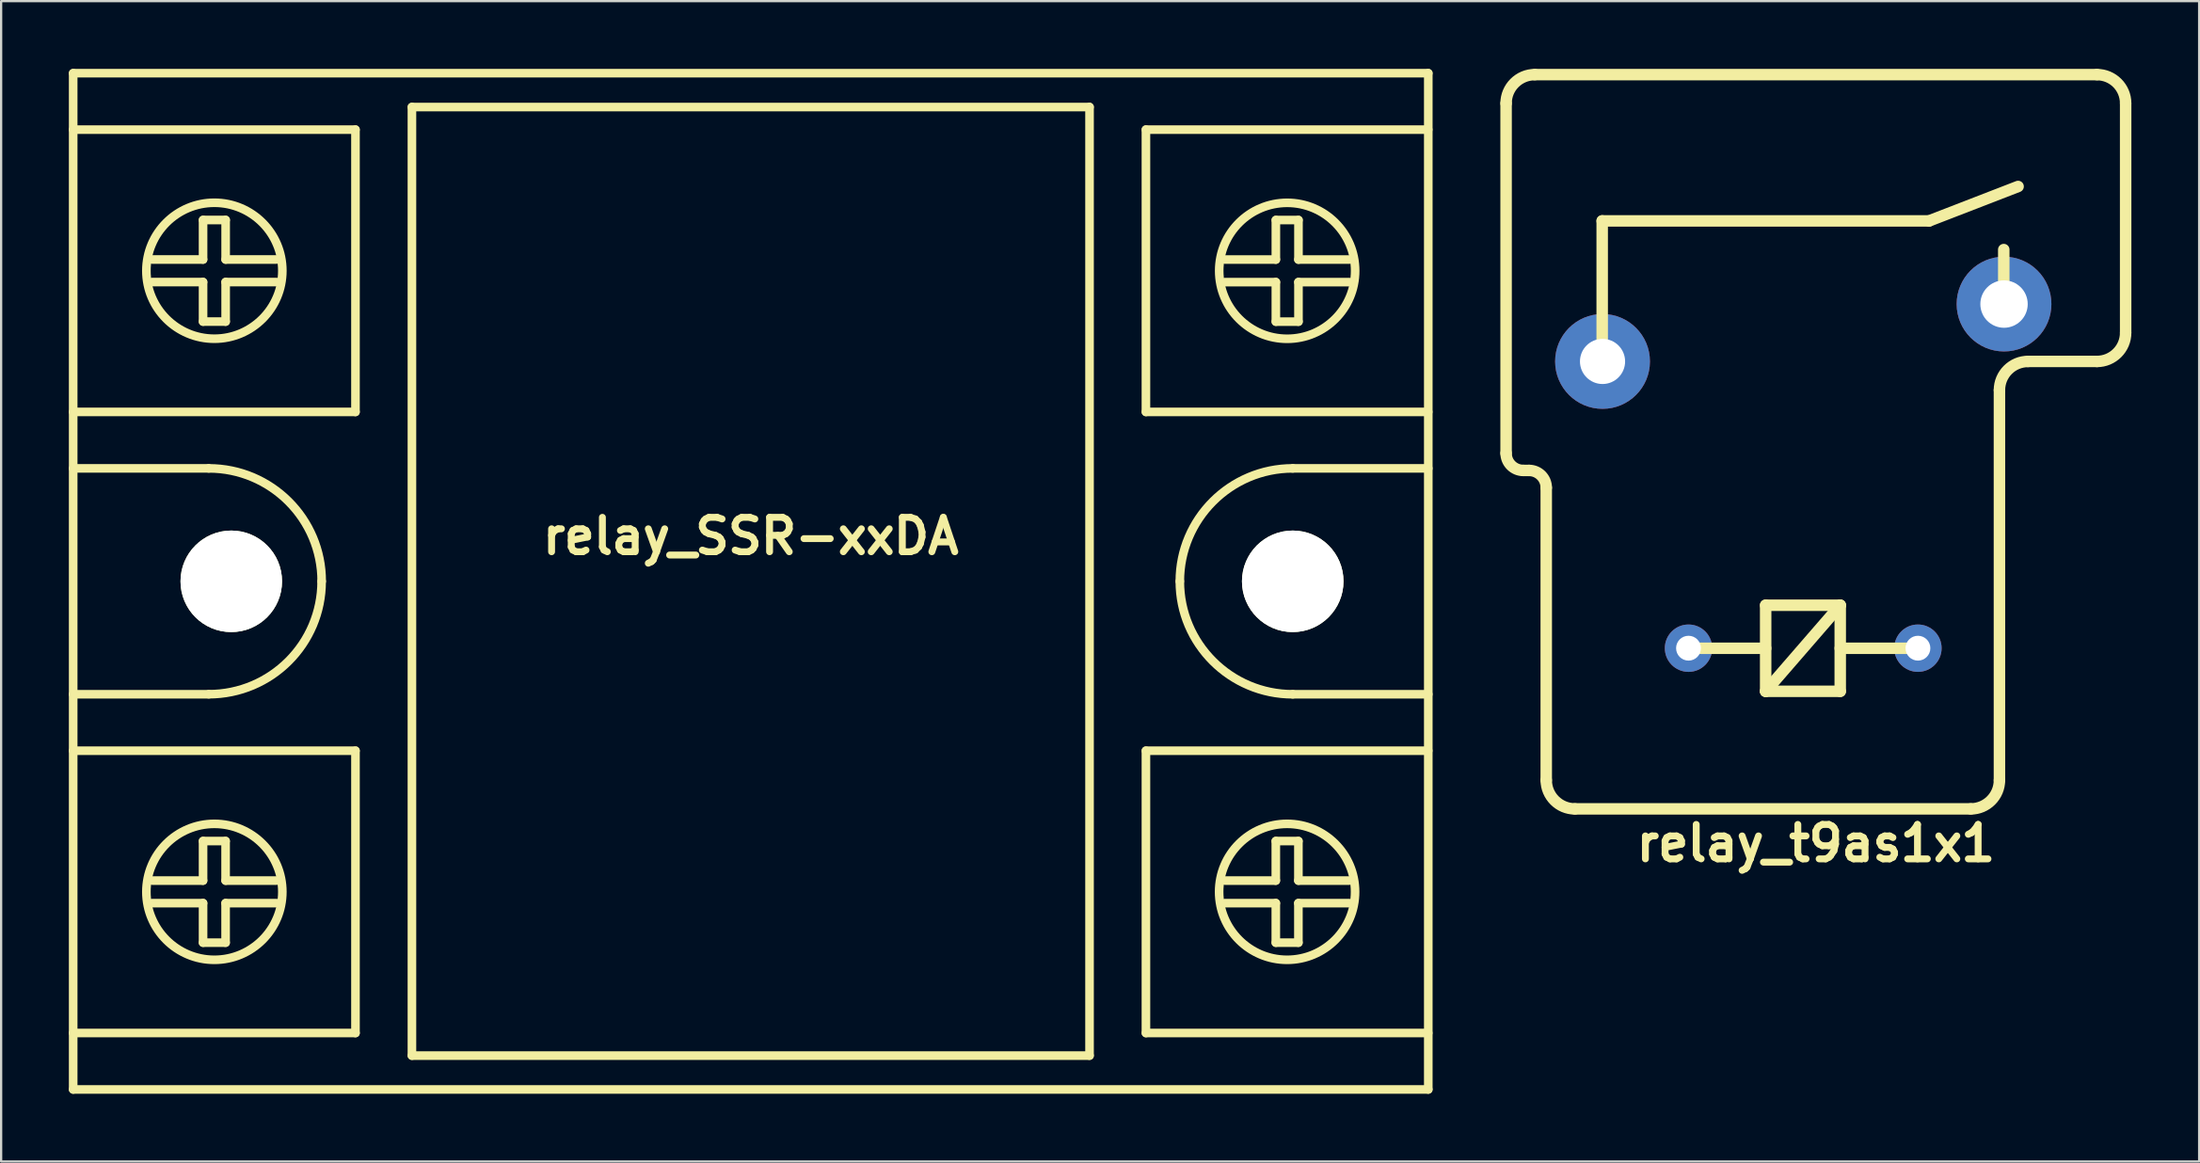
<source format=kicad_pcb>
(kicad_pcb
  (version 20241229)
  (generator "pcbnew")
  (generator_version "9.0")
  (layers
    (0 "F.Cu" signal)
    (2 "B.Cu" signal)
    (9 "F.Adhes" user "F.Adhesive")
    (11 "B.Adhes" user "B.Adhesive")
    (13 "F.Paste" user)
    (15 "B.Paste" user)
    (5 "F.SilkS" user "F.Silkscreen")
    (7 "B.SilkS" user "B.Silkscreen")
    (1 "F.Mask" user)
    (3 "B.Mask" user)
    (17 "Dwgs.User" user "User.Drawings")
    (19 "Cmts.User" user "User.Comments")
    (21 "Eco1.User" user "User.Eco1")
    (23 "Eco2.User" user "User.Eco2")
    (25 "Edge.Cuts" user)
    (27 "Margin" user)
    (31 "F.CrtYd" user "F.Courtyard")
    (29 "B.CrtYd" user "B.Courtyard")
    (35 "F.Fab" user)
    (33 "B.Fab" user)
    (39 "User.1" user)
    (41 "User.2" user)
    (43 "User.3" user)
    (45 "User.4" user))
  (footprint "relay_SSR-xxDA"
    (layer "F.Cu")
    (at 30.19 22.69)
    (property "Reference" "relay_SSR-xxDA" (at 0 -1.999 0) (layer "F.SilkS") (effects (font (size 1.524 1.524) (thickness 0.305))))
    (attr through_hole)
    (fp_line (start -30 -22.499) (end 30 -22.499) (stroke (width 0.381) (type solid)) (layer "F.SilkS"))
    (fp_line (start -30 -7.501) (end -17.501 -7.501) (stroke (width 0.381) (type solid)) (layer "F.SilkS"))
    (fp_line (start -30 20) (end -17.501 20) (stroke (width 0.381) (type solid)) (layer "F.SilkS"))
    (fp_line (start -30 22.499) (end -30 -22.499) (stroke (width 0.381) (type solid)) (layer "F.SilkS"))
    (fp_line (start -26.5 -14.249) (end -24.249 -14.249) (stroke (width 0.381) (type solid)) (layer "F.SilkS"))
    (fp_line (start -26.5 13.251) (end -24.249 13.251) (stroke (width 0.381) (type solid)) (layer "F.SilkS"))
    (fp_line (start -24.249 -15.999) (end -24.249 -14.249) (stroke (width 0.381) (type solid)) (layer "F.SilkS"))
    (fp_line (start -24.249 -15.999) (end -23.249 -15.999) (stroke (width 0.381) (type solid)) (layer "F.SilkS"))
    (fp_line (start -24.249 -13.251) (end -26.5 -13.251) (stroke (width 0.381) (type solid)) (layer "F.SilkS"))
    (fp_line (start -24.249 -11.501) (end -24.249 -13.251) (stroke (width 0.381) (type solid)) (layer "F.SilkS"))
    (fp_line (start -24.249 -11.501) (end -23.249 -11.501) (stroke (width 0.381) (type solid)) (layer "F.SilkS"))
    (fp_line (start -24.249 11.501) (end -23.251 11.501) (stroke (width 0.381) (type solid)) (layer "F.SilkS"))
    (fp_line (start -24.249 13.251) (end -24.249 11.501) (stroke (width 0.381) (type solid)) (layer "F.SilkS"))
    (fp_line (start -24.249 14.249) (end -26.5 14.249) (stroke (width 0.381) (type solid)) (layer "F.SilkS"))
    (fp_line (start -24.249 15.999) (end -24.249 14.249) (stroke (width 0.381) (type solid)) (layer "F.SilkS"))
    (fp_line (start -24 -5.001) (end -30 -5.001) (stroke (width 0.381) (type solid)) (layer "F.SilkS"))
    (fp_line (start -24 5.001) (end -30 5.001) (stroke (width 0.381) (type solid)) (layer "F.SilkS"))
    (fp_line (start -23.251 -14.249) (end -21.001 -14.249) (stroke (width 0.381) (type solid)) (layer "F.SilkS"))
    (fp_line (start -23.251 13.251) (end -23.251 11.501) (stroke (width 0.381) (type solid)) (layer "F.SilkS"))
    (fp_line (start -23.251 13.251) (end -21.001 13.251) (stroke (width 0.381) (type solid)) (layer "F.SilkS"))
    (fp_line (start -23.251 15.999) (end -24.249 15.999) (stroke (width 0.381) (type solid)) (layer "F.SilkS"))
    (fp_line (start -23.251 15.999) (end -23.251 14.249) (stroke (width 0.381) (type solid)) (layer "F.SilkS"))
    (fp_line (start -23.249 -15.999) (end -23.249 -14.249) (stroke (width 0.381) (type solid)) (layer "F.SilkS"))
    (fp_line (start -23.249 -11.501) (end -23.249 -13.251) (stroke (width 0.381) (type solid)) (layer "F.SilkS"))
    (fp_line (start -21.001 -13.251) (end -23.251 -13.251) (stroke (width 0.381) (type solid)) (layer "F.SilkS"))
    (fp_line (start -21.001 14.249) (end -23.251 14.249) (stroke (width 0.381) (type solid)) (layer "F.SilkS"))
    (fp_line (start -17.501 -20) (end -30 -20) (stroke (width 0.381) (type solid)) (layer "F.SilkS"))
    (fp_line (start -17.501 -7.501) (end -17.501 -20) (stroke (width 0.381) (type solid)) (layer "F.SilkS"))
    (fp_line (start -17.501 7.501) (end -30 7.501) (stroke (width 0.381) (type solid)) (layer "F.SilkS"))
    (fp_line (start -17.501 20) (end -17.501 7.501) (stroke (width 0.381) (type solid)) (layer "F.SilkS"))
    (fp_line (start -15.001 -21.001) (end 15.001 -21.001) (stroke (width 0.381) (type solid)) (layer "F.SilkS"))
    (fp_line (start -15.001 21.001) (end -15.001 -21.001) (stroke (width 0.381) (type solid)) (layer "F.SilkS"))
    (fp_line (start 15.001 -21.001) (end 15.001 21.001) (stroke (width 0.381) (type solid)) (layer "F.SilkS"))
    (fp_line (start 15.001 21.001) (end -15.001 21.001) (stroke (width 0.381) (type solid)) (layer "F.SilkS"))
    (fp_line (start 17.498 -7.501) (end 17.498 -20) (stroke (width 0.381) (type solid)) (layer "F.SilkS"))
    (fp_line (start 17.498 -7.501) (end 29.997 -7.501) (stroke (width 0.381) (type solid)) (layer "F.SilkS"))
    (fp_line (start 17.498 20) (end 17.498 7.501) (stroke (width 0.381) (type solid)) (layer "F.SilkS"))
    (fp_line (start 17.498 20) (end 29.997 20) (stroke (width 0.381) (type solid)) (layer "F.SilkS"))
    (fp_line (start 20.998 13.251) (end 23.249 13.251) (stroke (width 0.381) (type solid)) (layer "F.SilkS"))
    (fp_line (start 21.001 -14.247) (end 23.251 -14.247) (stroke (width 0.381) (type solid)) (layer "F.SilkS"))
    (fp_line (start 23.249 11.501) (end 23.249 13.251) (stroke (width 0.381) (type solid)) (layer "F.SilkS"))
    (fp_line (start 23.249 11.501) (end 24.249 11.501) (stroke (width 0.381) (type solid)) (layer "F.SilkS"))
    (fp_line (start 23.249 14.249) (end 20.998 14.249) (stroke (width 0.381) (type solid)) (layer "F.SilkS"))
    (fp_line (start 23.249 15.999) (end 23.249 14.249) (stroke (width 0.381) (type solid)) (layer "F.SilkS"))
    (fp_line (start 23.249 15.999) (end 24.249 15.999) (stroke (width 0.381) (type solid)) (layer "F.SilkS"))
    (fp_line (start 23.251 -15.997) (end 23.251 -14.247) (stroke (width 0.381) (type solid)) (layer "F.SilkS"))
    (fp_line (start 23.251 -15.997) (end 24.252 -15.997) (stroke (width 0.381) (type solid)) (layer "F.SilkS"))
    (fp_line (start 23.251 -13.249) (end 21.001 -13.249) (stroke (width 0.381) (type solid)) (layer "F.SilkS"))
    (fp_line (start 23.251 -11.499) (end 23.251 -13.249) (stroke (width 0.381) (type solid)) (layer "F.SilkS"))
    (fp_line (start 23.251 -11.499) (end 24.252 -11.499) (stroke (width 0.381) (type solid)) (layer "F.SilkS"))
    (fp_line (start 24 -5.001) (end 30 -5.001) (stroke (width 0.381) (type solid)) (layer "F.SilkS"))
    (fp_line (start 24 5.001) (end 30 5.001) (stroke (width 0.381) (type solid)) (layer "F.SilkS"))
    (fp_line (start 24.247 13.251) (end 26.497 13.251) (stroke (width 0.381) (type solid)) (layer "F.SilkS"))
    (fp_line (start 24.249 -14.247) (end 26.5 -14.247) (stroke (width 0.381) (type solid)) (layer "F.SilkS"))
    (fp_line (start 24.249 11.501) (end 24.249 13.251) (stroke (width 0.381) (type solid)) (layer "F.SilkS"))
    (fp_line (start 24.249 15.999) (end 24.249 14.249) (stroke (width 0.381) (type solid)) (layer "F.SilkS"))
    (fp_line (start 24.252 -15.997) (end 24.252 -14.247) (stroke (width 0.381) (type solid)) (layer "F.SilkS"))
    (fp_line (start 24.252 -11.499) (end 24.252 -13.249) (stroke (width 0.381) (type solid)) (layer "F.SilkS"))
    (fp_line (start 26.497 14.249) (end 24.247 14.249) (stroke (width 0.381) (type solid)) (layer "F.SilkS"))
    (fp_line (start 26.5 -13.249) (end 24.249 -13.249) (stroke (width 0.381) (type solid)) (layer "F.SilkS"))
    (fp_line (start 29.997 -20) (end 17.498 -20) (stroke (width 0.381) (type solid)) (layer "F.SilkS"))
    (fp_line (start 29.997 7.501) (end 17.498 7.501) (stroke (width 0.381) (type solid)) (layer "F.SilkS"))
    (fp_line (start 30 -22.499) (end 30 22.499) (stroke (width 0.381) (type solid)) (layer "F.SilkS"))
    (fp_line (start 30 22.499) (end -30 22.499) (stroke (width 0.381) (type solid)) (layer "F.SilkS"))
    (fp_arc (start -23.99792 -5.00126) (mid -20.461495 -3.536425) (end -18.99666 0) (stroke (width 0.381) (type solid)) (layer "F.SilkS"))
    (fp_arc (start -18.9992 0) (mid -20.463291 3.534629) (end -23.99792 4.99872) (stroke (width 0.381) (type solid)) (layer "F.SilkS"))
    (fp_arc (start 18.9992 0) (mid 20.464035 -3.536425) (end 24.00046 -5.00126) (stroke (width 0.381) (type solid)) (layer "F.SilkS"))
    (fp_arc (start 24.00046 5.00126) (mid 20.464035 3.536425) (end 18.9992 0) (stroke (width 0.381) (type solid)) (layer "F.SilkS"))
    (fp_circle (center -23.749 -13.752) (end -26.749 -13.503) (stroke (width 0.381) (type solid)) (fill no) (layer "F.SilkS"))
    (fp_circle (center -23.749 13.749) (end -26.749 13.998) (stroke (width 0.381) (type solid)) (fill no) (layer "F.SilkS"))
    (fp_circle (center 23.749 13.749) (end 20.749 13.998) (stroke (width 0.381) (type solid)) (fill no) (layer "F.SilkS"))
    (fp_circle (center 23.752 -13.749) (end 20.752 -13.5) (stroke (width 0.381) (type solid)) (fill no) (layer "F.SilkS"))
    (pad "" np_thru_hole circle (at -23 0) (size 4.496 4.496) (drill 4.496) (layers "*.Cu" "*.Mask" "F.SilkS"))
    (pad "" np_thru_hole circle (at 23.998 0) (size 4.496 4.496) (drill 4.496) (layers "*.Cu" "*.Mask" "F.SilkS")))
  (footprint "relay_t9as1x1"
    (layer "F.Cu")
    (at 77.351 16.51)
    (property "Reference" "relay_t9as1x1" (at 0 17.78 0) (layer "F.SilkS") (effects (font (size 1.524 1.524) (thickness 0.305))))
    (attr through_hole)
    (fp_line (start -13.716 -14.986) (end -13.716 0.508) (stroke (width 0.508) (type solid)) (layer "F.SilkS"))
    (fp_line (start -12.954 1.27) (end -12.7 1.27) (stroke (width 0.508) (type solid)) (layer "F.SilkS"))
    (fp_line (start -11.938 2.032) (end -11.938 14.986) (stroke (width 0.508) (type solid)) (layer "F.SilkS"))
    (fp_line (start -10.668 16.256) (end 6.858 16.256) (stroke (width 0.508) (type solid)) (layer "F.SilkS"))
    (fp_line (start -9.461 -9.779) (end -9.461 -3.556) (stroke (width 0.508) (type solid)) (layer "F.SilkS"))
    (fp_line (start -9.461 -3.556) (end -9.461 -3.619) (stroke (width 0.508) (type solid)) (layer "F.SilkS"))
    (fp_line (start -2.223 7.239) (end 1.079 7.239) (stroke (width 0.508) (type solid)) (layer "F.SilkS"))
    (fp_line (start -2.223 9.144) (end -5.715 9.144) (stroke (width 0.508) (type solid)) (layer "F.SilkS"))
    (fp_line (start -2.223 11.049) (end -2.223 7.239) (stroke (width 0.508) (type solid)) (layer "F.SilkS"))
    (fp_line (start -2.223 11.049) (end 1.079 7.239) (stroke (width 0.508) (type solid)) (layer "F.SilkS"))
    (fp_line (start 1.079 7.239) (end 1.079 11.049) (stroke (width 0.508) (type solid)) (layer "F.SilkS"))
    (fp_line (start 1.079 11.049) (end -2.223 11.049) (stroke (width 0.508) (type solid)) (layer "F.SilkS"))
    (fp_line (start 4.572 9.144) (end 1.079 9.144) (stroke (width 0.508) (type solid)) (layer "F.SilkS"))
    (fp_line (start 5.016 -9.779) (end -9.461 -9.779) (stroke (width 0.508) (type solid)) (layer "F.SilkS"))
    (fp_line (start 5.016 -9.779) (end 8.954 -11.303) (stroke (width 0.508) (type solid)) (layer "F.SilkS"))
    (fp_line (start 8.128 14.986) (end 8.128 -2.286) (stroke (width 0.508) (type solid)) (layer "F.SilkS"))
    (fp_line (start 8.319 -6.096) (end 8.319 -8.509) (stroke (width 0.508) (type solid)) (layer "F.SilkS"))
    (fp_line (start 9.398 -3.556) (end 12.446 -3.556) (stroke (width 0.508) (type solid)) (layer "F.SilkS"))
    (fp_line (start 12.446 -16.256) (end -12.446 -16.256) (stroke (width 0.508) (type solid)) (layer "F.SilkS"))
    (fp_line (start 13.716 -4.826) (end 13.716 -14.986) (stroke (width 0.508) (type solid)) (layer "F.SilkS"))
    (fp_arc (start -13.716 -14.986) (mid -13.344026 -15.884026) (end -12.446 -16.256) (stroke (width 0.508) (type solid)) (layer "F.SilkS"))
    (fp_arc (start -12.954 1.27) (mid -13.492815 1.046815) (end -13.716 0.508) (stroke (width 0.508) (type solid)) (layer "F.SilkS"))
    (fp_arc (start -12.7 1.27) (mid -12.161185 1.493185) (end -11.938 2.032) (stroke (width 0.508) (type solid)) (layer "F.SilkS"))
    (fp_arc (start -10.668 16.256) (mid -11.566026 15.884026) (end -11.938 14.986) (stroke (width 0.508) (type solid)) (layer "F.SilkS"))
    (fp_arc (start 8.128 -2.286) (mid 8.499974 -3.184026) (end 9.398 -3.556) (stroke (width 0.508) (type solid)) (layer "F.SilkS"))
    (fp_arc (start 8.128 14.986) (mid 7.756026 15.884026) (end 6.858 16.256) (stroke (width 0.508) (type solid)) (layer "F.SilkS"))
    (fp_arc (start 12.446 -16.256) (mid 13.344026 -15.884026) (end 13.716 -14.986) (stroke (width 0.508) (type solid)) (layer "F.SilkS"))
    (fp_arc (start 13.716 -4.826) (mid 13.344026 -3.927974) (end 12.446 -3.556) (stroke (width 0.508) (type solid)) (layer "F.SilkS"))
    (pad "1" thru_hole circle (at -5.639 9.141) (size 2.098 2.098) (drill 1.1) (layers "*.Cu" "*.Mask"))
    (pad "2" thru_hole circle (at 4.519 9.141) (size 2.098 2.098) (drill 1.1) (layers "*.Cu" "*.Mask"))
    (pad "3" thru_hole circle (at -9.446 -3.556) (size 4.199 4.199) (drill 1.999) (layers "*.Cu" "*.Mask"))
    (pad "4" thru_hole circle (at 8.331 -6.096) (size 4.196 4.196) (drill 2.098) (layers "*.Cu" "*.Mask")))
  (gr_rect
    (start -3 -3)
    (end 94.321 48.38)
    (stroke (width 0.1) (type default))
    (fill no)
    (layer "Edge.Cuts")))
</source>
